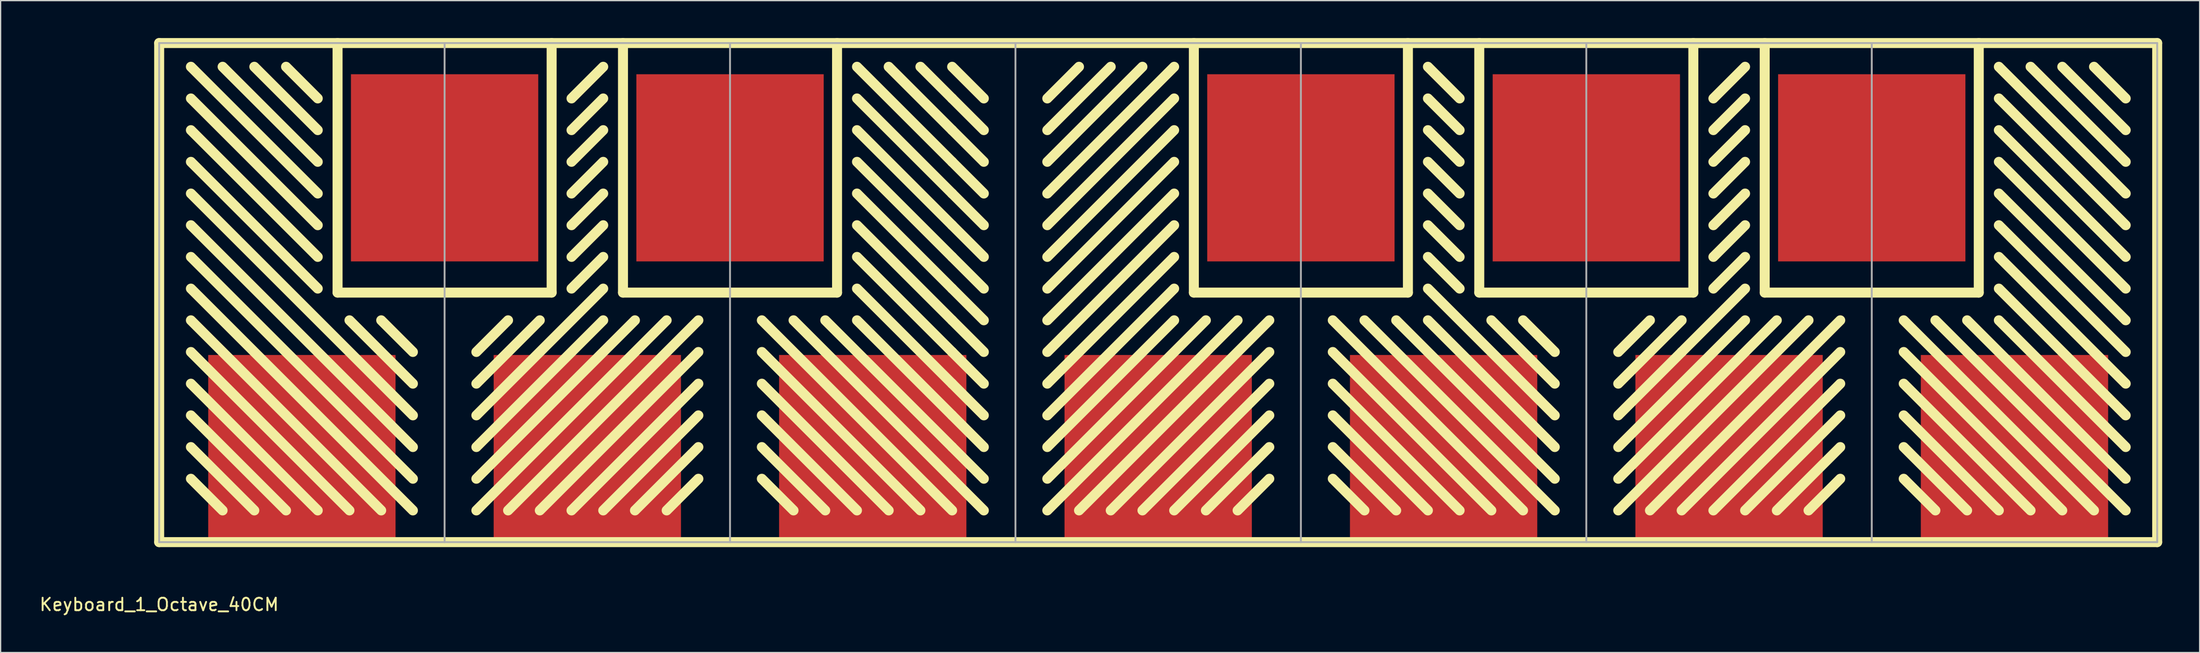
<source format=kicad_pcb>
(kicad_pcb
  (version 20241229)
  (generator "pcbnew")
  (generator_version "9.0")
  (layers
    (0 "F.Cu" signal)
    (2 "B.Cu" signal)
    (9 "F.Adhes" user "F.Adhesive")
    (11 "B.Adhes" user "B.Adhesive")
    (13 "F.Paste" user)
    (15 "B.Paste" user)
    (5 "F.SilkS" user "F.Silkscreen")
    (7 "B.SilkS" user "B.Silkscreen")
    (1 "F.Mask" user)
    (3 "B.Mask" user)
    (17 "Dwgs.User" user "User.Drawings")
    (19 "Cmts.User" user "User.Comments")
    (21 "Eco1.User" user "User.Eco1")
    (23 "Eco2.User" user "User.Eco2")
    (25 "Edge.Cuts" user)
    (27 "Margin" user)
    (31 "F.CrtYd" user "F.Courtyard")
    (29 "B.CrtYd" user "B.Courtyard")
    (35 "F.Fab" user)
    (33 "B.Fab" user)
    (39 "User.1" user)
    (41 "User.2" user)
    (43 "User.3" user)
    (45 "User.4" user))
  (footprint "Keyboard_1_Octave_40CM"
    (layer "F.Cu")
    (at 9.696 40.4)
    (property "Reference" "Keyboard_1_Octave_40CM" (at 0 5 0) (layer "F.SilkS") (effects (font (size 1 1) (thickness 0.15))))
    (attr through_hole)
    (fp_line (start 0 -40) (end 160 -40) (stroke (width 0.8) (type solid)) (layer "F.SilkS"))
    (fp_line (start 0 0) (end 0 -40) (stroke (width 0.8) (type solid)) (layer "F.SilkS"))
    (fp_line (start 2.54 -38.1) (end 12.7 -27.94) (stroke (width 0.8) (type solid)) (layer "F.SilkS"))
    (fp_line (start 2.54 -35.56) (end 12.7 -25.4) (stroke (width 0.8) (type solid)) (layer "F.SilkS"))
    (fp_line (start 2.54 -33.02) (end 12.7 -22.86) (stroke (width 0.8) (type solid)) (layer "F.SilkS"))
    (fp_line (start 2.54 -30.48) (end 12.7 -20.32) (stroke (width 0.8) (type solid)) (layer "F.SilkS"))
    (fp_line (start 2.54 -27.94) (end 20.32 -10.16) (stroke (width 0.8) (type solid)) (layer "F.SilkS"))
    (fp_line (start 2.54 -25.4) (end 20.32 -7.62) (stroke (width 0.8) (type solid)) (layer "F.SilkS"))
    (fp_line (start 2.54 -22.86) (end 20.32 -5.08) (stroke (width 0.8) (type solid)) (layer "F.SilkS"))
    (fp_line (start 2.54 -20.32) (end 20.32 -2.54) (stroke (width 0.8) (type solid)) (layer "F.SilkS"))
    (fp_line (start 2.54 -17.78) (end 17.78 -2.54) (stroke (width 0.8) (type solid)) (layer "F.SilkS"))
    (fp_line (start 2.54 -15.24) (end 15.24 -2.54) (stroke (width 0.8) (type solid)) (layer "F.SilkS"))
    (fp_line (start 2.54 -12.7) (end 12.7 -2.54) (stroke (width 0.8) (type solid)) (layer "F.SilkS"))
    (fp_line (start 2.54 -10.16) (end 10.16 -2.54) (stroke (width 0.8) (type solid)) (layer "F.SilkS"))
    (fp_line (start 2.54 -7.62) (end 7.62 -2.54) (stroke (width 0.8) (type solid)) (layer "F.SilkS"))
    (fp_line (start 2.54 -5.08) (end 5.08 -2.54) (stroke (width 0.8) (type solid)) (layer "F.SilkS"))
    (fp_line (start 5.08 -38.1) (end 12.7 -30.48) (stroke (width 0.8) (type solid)) (layer "F.SilkS"))
    (fp_line (start 7.62 -38.1) (end 12.7 -33.02) (stroke (width 0.8) (type solid)) (layer "F.SilkS"))
    (fp_line (start 10.16 -38.1) (end 12.7 -35.56) (stroke (width 0.8) (type solid)) (layer "F.SilkS"))
    (fp_line (start 14.286 -40) (end 14.286 -20) (stroke (width 0.8) (type solid)) (layer "F.SilkS"))
    (fp_line (start 14.286 -20) (end 31.428 -20) (stroke (width 0.8) (type solid)) (layer "F.SilkS"))
    (fp_line (start 15.24 -17.78) (end 20.32 -12.7) (stroke (width 0.8) (type solid)) (layer "F.SilkS"))
    (fp_line (start 17.78 -17.78) (end 20.32 -15.24) (stroke (width 0.8) (type solid)) (layer "F.SilkS"))
    (fp_line (start 25.4 -15.24) (end 27.94 -17.78) (stroke (width 0.8) (type solid)) (layer "F.SilkS"))
    (fp_line (start 25.4 -12.7) (end 30.48 -17.78) (stroke (width 0.8) (type solid)) (layer "F.SilkS"))
    (fp_line (start 25.4 -10.16) (end 35.56 -20.32) (stroke (width 0.8) (type solid)) (layer "F.SilkS"))
    (fp_line (start 25.4 -7.62) (end 35.56 -17.78) (stroke (width 0.8) (type solid)) (layer "F.SilkS"))
    (fp_line (start 25.4 -5.08) (end 38.1 -17.78) (stroke (width 0.8) (type solid)) (layer "F.SilkS"))
    (fp_line (start 25.4 -2.54) (end 40.64 -17.78) (stroke (width 0.8) (type solid)) (layer "F.SilkS"))
    (fp_line (start 27.94 -2.54) (end 43.18 -17.78) (stroke (width 0.8) (type solid)) (layer "F.SilkS"))
    (fp_line (start 31.428 -20) (end 31.428 -40) (stroke (width 0.8) (type solid)) (layer "F.SilkS"))
    (fp_line (start 33.02 -20.32) (end 35.56 -22.86) (stroke (width 0.8) (type solid)) (layer "F.SilkS"))
    (fp_line (start 35.56 -38.1) (end 33.02 -35.56) (stroke (width 0.8) (type solid)) (layer "F.SilkS"))
    (fp_line (start 35.56 -35.56) (end 33.02 -33.02) (stroke (width 0.8) (type solid)) (layer "F.SilkS"))
    (fp_line (start 35.56 -33.02) (end 33.02 -30.48) (stroke (width 0.8) (type solid)) (layer "F.SilkS"))
    (fp_line (start 35.56 -30.48) (end 33.02 -27.94) (stroke (width 0.8) (type solid)) (layer "F.SilkS"))
    (fp_line (start 35.56 -27.94) (end 33.02 -25.4) (stroke (width 0.8) (type solid)) (layer "F.SilkS"))
    (fp_line (start 35.56 -25.4) (end 33.02 -22.86) (stroke (width 0.8) (type solid)) (layer "F.SilkS"))
    (fp_line (start 37.142 -40) (end 37.142 -20) (stroke (width 0.8) (type solid)) (layer "F.SilkS"))
    (fp_line (start 37.142 -20) (end 54.285 -20) (stroke (width 0.8) (type solid)) (layer "F.SilkS"))
    (fp_line (start 40.64 -2.54) (end 43.18 -5.08) (stroke (width 0.8) (type solid)) (layer "F.SilkS"))
    (fp_line (start 43.18 -15.24) (end 30.48 -2.54) (stroke (width 0.8) (type solid)) (layer "F.SilkS"))
    (fp_line (start 43.18 -12.7) (end 33.02 -2.54) (stroke (width 0.8) (type solid)) (layer "F.SilkS"))
    (fp_line (start 43.18 -10.16) (end 35.56 -2.54) (stroke (width 0.8) (type solid)) (layer "F.SilkS"))
    (fp_line (start 43.18 -7.62) (end 38.1 -2.54) (stroke (width 0.8) (type solid)) (layer "F.SilkS"))
    (fp_line (start 48.26 -17.78) (end 63.5 -2.54) (stroke (width 0.8) (type solid)) (layer "F.SilkS"))
    (fp_line (start 48.26 -15.24) (end 60.96 -2.54) (stroke (width 0.8) (type solid)) (layer "F.SilkS"))
    (fp_line (start 48.26 -12.7) (end 58.42 -2.54) (stroke (width 0.8) (type solid)) (layer "F.SilkS"))
    (fp_line (start 48.26 -10.16) (end 55.88 -2.54) (stroke (width 0.8) (type solid)) (layer "F.SilkS"))
    (fp_line (start 48.26 -7.62) (end 53.34 -2.54) (stroke (width 0.8) (type solid)) (layer "F.SilkS"))
    (fp_line (start 48.26 -5.08) (end 50.8 -2.54) (stroke (width 0.8) (type solid)) (layer "F.SilkS"))
    (fp_line (start 50.8 -17.78) (end 63.5 -5.08) (stroke (width 0.8) (type solid)) (layer "F.SilkS"))
    (fp_line (start 54.285 -20) (end 54.285 -40) (stroke (width 0.8) (type solid)) (layer "F.SilkS"))
    (fp_line (start 63.5 -38.1) (end 66.04 -35.56) (stroke (width 0.8) (type solid)) (layer "F.SilkS"))
    (fp_line (start 63.5 -35.56) (end 60.96 -38.1) (stroke (width 0.8) (type solid)) (layer "F.SilkS"))
    (fp_line (start 63.5 -35.56) (end 66.04 -33.02) (stroke (width 0.8) (type solid)) (layer "F.SilkS"))
    (fp_line (start 63.5 -33.02) (end 58.42 -38.1) (stroke (width 0.8) (type solid)) (layer "F.SilkS"))
    (fp_line (start 63.5 -33.02) (end 66.04 -30.48) (stroke (width 0.8) (type solid)) (layer "F.SilkS"))
    (fp_line (start 63.5 -30.48) (end 55.88 -38.1) (stroke (width 0.8) (type solid)) (layer "F.SilkS"))
    (fp_line (start 63.5 -30.48) (end 66.04 -27.94) (stroke (width 0.8) (type solid)) (layer "F.SilkS"))
    (fp_line (start 63.5 -27.94) (end 55.88 -35.56) (stroke (width 0.8) (type solid)) (layer "F.SilkS"))
    (fp_line (start 63.5 -27.94) (end 66.04 -25.4) (stroke (width 0.8) (type solid)) (layer "F.SilkS"))
    (fp_line (start 63.5 -25.4) (end 55.88 -33.02) (stroke (width 0.8) (type solid)) (layer "F.SilkS"))
    (fp_line (start 63.5 -25.4) (end 66.04 -22.86) (stroke (width 0.8) (type solid)) (layer "F.SilkS"))
    (fp_line (start 63.5 -22.86) (end 55.88 -30.48) (stroke (width 0.8) (type solid)) (layer "F.SilkS"))
    (fp_line (start 63.5 -22.86) (end 66.04 -20.32) (stroke (width 0.8) (type solid)) (layer "F.SilkS"))
    (fp_line (start 63.5 -20.32) (end 55.88 -27.94) (stroke (width 0.8) (type solid)) (layer "F.SilkS"))
    (fp_line (start 63.5 -20.32) (end 66.04 -17.78) (stroke (width 0.8) (type solid)) (layer "F.SilkS"))
    (fp_line (start 63.5 -17.78) (end 55.88 -25.4) (stroke (width 0.8) (type solid)) (layer "F.SilkS"))
    (fp_line (start 63.5 -17.78) (end 66.04 -15.24) (stroke (width 0.8) (type solid)) (layer "F.SilkS"))
    (fp_line (start 63.5 -15.24) (end 55.88 -22.86) (stroke (width 0.8) (type solid)) (layer "F.SilkS"))
    (fp_line (start 63.5 -15.24) (end 66.04 -12.7) (stroke (width 0.8) (type solid)) (layer "F.SilkS"))
    (fp_line (start 63.5 -12.7) (end 55.88 -20.32) (stroke (width 0.8) (type solid)) (layer "F.SilkS"))
    (fp_line (start 63.5 -12.7) (end 66.04 -10.16) (stroke (width 0.8) (type solid)) (layer "F.SilkS"))
    (fp_line (start 63.5 -10.16) (end 55.88 -17.78) (stroke (width 0.8) (type solid)) (layer "F.SilkS"))
    (fp_line (start 63.5 -10.16) (end 66.04 -7.62) (stroke (width 0.8) (type solid)) (layer "F.SilkS"))
    (fp_line (start 63.5 -7.62) (end 53.34 -17.78) (stroke (width 0.8) (type solid)) (layer "F.SilkS"))
    (fp_line (start 63.5 -7.62) (end 66.04 -5.08) (stroke (width 0.8) (type solid)) (layer "F.SilkS"))
    (fp_line (start 63.5 -5.08) (end 66.04 -2.54) (stroke (width 0.8) (type solid)) (layer "F.SilkS"))
    (fp_line (start 73.66 -38.1) (end 71.12 -35.56) (stroke (width 0.8) (type solid)) (layer "F.SilkS"))
    (fp_line (start 76.2 -38.1) (end 71.12 -33.02) (stroke (width 0.8) (type solid)) (layer "F.SilkS"))
    (fp_line (start 78.74 -38.1) (end 71.12 -30.48) (stroke (width 0.8) (type solid)) (layer "F.SilkS"))
    (fp_line (start 81.28 -38.1) (end 71.12 -27.94) (stroke (width 0.8) (type solid)) (layer "F.SilkS"))
    (fp_line (start 81.28 -35.56) (end 71.12 -25.4) (stroke (width 0.8) (type solid)) (layer "F.SilkS"))
    (fp_line (start 81.28 -33.02) (end 71.12 -22.86) (stroke (width 0.8) (type solid)) (layer "F.SilkS"))
    (fp_line (start 81.28 -30.48) (end 71.12 -20.32) (stroke (width 0.8) (type solid)) (layer "F.SilkS"))
    (fp_line (start 81.28 -27.94) (end 71.12 -17.78) (stroke (width 0.8) (type solid)) (layer "F.SilkS"))
    (fp_line (start 81.28 -25.4) (end 71.12 -15.24) (stroke (width 0.8) (type solid)) (layer "F.SilkS"))
    (fp_line (start 81.28 -22.86) (end 71.12 -12.7) (stroke (width 0.8) (type solid)) (layer "F.SilkS"))
    (fp_line (start 81.28 -20.32) (end 71.12 -10.16) (stroke (width 0.8) (type solid)) (layer "F.SilkS"))
    (fp_line (start 81.28 -17.78) (end 71.12 -7.62) (stroke (width 0.8) (type solid)) (layer "F.SilkS"))
    (fp_line (start 82.856 -40) (end 82.856 -20) (stroke (width 0.8) (type solid)) (layer "F.SilkS"))
    (fp_line (start 82.856 -20) (end 99.999 -20) (stroke (width 0.8) (type solid)) (layer "F.SilkS"))
    (fp_line (start 83.82 -17.78) (end 71.12 -5.08) (stroke (width 0.8) (type solid)) (layer "F.SilkS"))
    (fp_line (start 86.36 -17.78) (end 71.12 -2.54) (stroke (width 0.8) (type solid)) (layer "F.SilkS"))
    (fp_line (start 88.9 -17.78) (end 73.66 -2.54) (stroke (width 0.8) (type solid)) (layer "F.SilkS"))
    (fp_line (start 88.9 -15.24) (end 76.2 -2.54) (stroke (width 0.8) (type solid)) (layer "F.SilkS"))
    (fp_line (start 88.9 -12.7) (end 78.74 -2.54) (stroke (width 0.8) (type solid)) (layer "F.SilkS"))
    (fp_line (start 88.9 -10.16) (end 81.28 -2.54) (stroke (width 0.8) (type solid)) (layer "F.SilkS"))
    (fp_line (start 88.9 -7.62) (end 83.82 -2.54) (stroke (width 0.8) (type solid)) (layer "F.SilkS"))
    (fp_line (start 88.9 -5.08) (end 86.36 -2.54) (stroke (width 0.8) (type solid)) (layer "F.SilkS"))
    (fp_line (start 93.98 -17.78) (end 109.22 -2.54) (stroke (width 0.8) (type solid)) (layer "F.SilkS"))
    (fp_line (start 93.98 -15.24) (end 106.68 -2.54) (stroke (width 0.8) (type solid)) (layer "F.SilkS"))
    (fp_line (start 93.98 -12.7) (end 104.14 -2.54) (stroke (width 0.8) (type solid)) (layer "F.SilkS"))
    (fp_line (start 93.98 -10.16) (end 101.6 -2.54) (stroke (width 0.8) (type solid)) (layer "F.SilkS"))
    (fp_line (start 93.98 -7.62) (end 99.06 -2.54) (stroke (width 0.8) (type solid)) (layer "F.SilkS"))
    (fp_line (start 93.98 -5.08) (end 96.52 -2.54) (stroke (width 0.8) (type solid)) (layer "F.SilkS"))
    (fp_line (start 96.52 -17.78) (end 111.76 -2.54) (stroke (width 0.8) (type solid)) (layer "F.SilkS"))
    (fp_line (start 99.06 -17.78) (end 111.76 -5.08) (stroke (width 0.8) (type solid)) (layer "F.SilkS"))
    (fp_line (start 99.999 -20) (end 99.999 -40) (stroke (width 0.8) (type solid)) (layer "F.SilkS"))
    (fp_line (start 101.6 -38.1) (end 104.14 -35.56) (stroke (width 0.8) (type solid)) (layer "F.SilkS"))
    (fp_line (start 101.6 -35.56) (end 104.14 -33.02) (stroke (width 0.8) (type solid)) (layer "F.SilkS"))
    (fp_line (start 101.6 -33.02) (end 104.14 -30.48) (stroke (width 0.8) (type solid)) (layer "F.SilkS"))
    (fp_line (start 101.6 -30.48) (end 104.14 -27.94) (stroke (width 0.8) (type solid)) (layer "F.SilkS"))
    (fp_line (start 101.6 -27.94) (end 104.14 -25.4) (stroke (width 0.8) (type solid)) (layer "F.SilkS"))
    (fp_line (start 101.6 -25.4) (end 104.14 -22.86) (stroke (width 0.8) (type solid)) (layer "F.SilkS"))
    (fp_line (start 101.6 -22.86) (end 104.14 -20.32) (stroke (width 0.8) (type solid)) (layer "F.SilkS"))
    (fp_line (start 101.6 -20.32) (end 111.76 -10.16) (stroke (width 0.8) (type solid)) (layer "F.SilkS"))
    (fp_line (start 101.6 -17.78) (end 111.76 -7.62) (stroke (width 0.8) (type solid)) (layer "F.SilkS"))
    (fp_line (start 105.713 -40) (end 105.713 -20) (stroke (width 0.8) (type solid)) (layer "F.SilkS"))
    (fp_line (start 105.713 -20) (end 122.855 -20) (stroke (width 0.8) (type solid)) (layer "F.SilkS"))
    (fp_line (start 106.68 -17.78) (end 111.76 -12.7) (stroke (width 0.8) (type solid)) (layer "F.SilkS"))
    (fp_line (start 111.76 -15.24) (end 109.22 -17.78) (stroke (width 0.8) (type solid)) (layer "F.SilkS"))
    (fp_line (start 116.84 -15.24) (end 119.38 -17.78) (stroke (width 0.8) (type solid)) (layer "F.SilkS"))
    (fp_line (start 121.92 -17.78) (end 116.84 -12.7) (stroke (width 0.8) (type solid)) (layer "F.SilkS"))
    (fp_line (start 121.92 -15.24) (end 116.84 -10.16) (stroke (width 0.8) (type solid)) (layer "F.SilkS"))
    (fp_line (start 122.855 -20) (end 122.855 -40) (stroke (width 0.8) (type solid)) (layer "F.SilkS"))
    (fp_line (start 127 -38.1) (end 124.46 -35.56) (stroke (width 0.8) (type solid)) (layer "F.SilkS"))
    (fp_line (start 127 -35.56) (end 124.46 -33.02) (stroke (width 0.8) (type solid)) (layer "F.SilkS"))
    (fp_line (start 127 -33.02) (end 124.46 -30.48) (stroke (width 0.8) (type solid)) (layer "F.SilkS"))
    (fp_line (start 127 -30.48) (end 124.46 -27.94) (stroke (width 0.8) (type solid)) (layer "F.SilkS"))
    (fp_line (start 127 -27.94) (end 124.46 -25.4) (stroke (width 0.8) (type solid)) (layer "F.SilkS"))
    (fp_line (start 127 -25.4) (end 124.46 -22.86) (stroke (width 0.8) (type solid)) (layer "F.SilkS"))
    (fp_line (start 127 -22.86) (end 124.46 -20.32) (stroke (width 0.8) (type solid)) (layer "F.SilkS"))
    (fp_line (start 127 -20.32) (end 121.92 -15.24) (stroke (width 0.8) (type solid)) (layer "F.SilkS"))
    (fp_line (start 127 -17.78) (end 116.84 -7.62) (stroke (width 0.8) (type solid)) (layer "F.SilkS"))
    (fp_line (start 128.57 -40) (end 128.57 -20) (stroke (width 0.8) (type solid)) (layer "F.SilkS"))
    (fp_line (start 128.57 -20) (end 145.712 -20) (stroke (width 0.8) (type solid)) (layer "F.SilkS"))
    (fp_line (start 129.54 -17.78) (end 116.84 -5.08) (stroke (width 0.8) (type solid)) (layer "F.SilkS"))
    (fp_line (start 132.08 -17.78) (end 116.84 -2.54) (stroke (width 0.8) (type solid)) (layer "F.SilkS"))
    (fp_line (start 132.08 -2.54) (end 134.62 -5.08) (stroke (width 0.8) (type solid)) (layer "F.SilkS"))
    (fp_line (start 134.62 -17.78) (end 119.38 -2.54) (stroke (width 0.8) (type solid)) (layer "F.SilkS"))
    (fp_line (start 134.62 -15.24) (end 121.92 -2.54) (stroke (width 0.8) (type solid)) (layer "F.SilkS"))
    (fp_line (start 134.62 -12.7) (end 124.46 -2.54) (stroke (width 0.8) (type solid)) (layer "F.SilkS"))
    (fp_line (start 134.62 -10.16) (end 127 -2.54) (stroke (width 0.8) (type solid)) (layer "F.SilkS"))
    (fp_line (start 134.62 -7.62) (end 129.54 -2.54) (stroke (width 0.8) (type solid)) (layer "F.SilkS"))
    (fp_line (start 139.7 -17.78) (end 154.94 -2.54) (stroke (width 0.8) (type solid)) (layer "F.SilkS"))
    (fp_line (start 139.7 -15.24) (end 152.4 -2.54) (stroke (width 0.8) (type solid)) (layer "F.SilkS"))
    (fp_line (start 139.7 -12.7) (end 149.86 -2.54) (stroke (width 0.8) (type solid)) (layer "F.SilkS"))
    (fp_line (start 139.7 -10.16) (end 147.32 -2.54) (stroke (width 0.8) (type solid)) (layer "F.SilkS"))
    (fp_line (start 139.7 -7.62) (end 144.78 -2.54) (stroke (width 0.8) (type solid)) (layer "F.SilkS"))
    (fp_line (start 139.7 -5.08) (end 142.24 -2.54) (stroke (width 0.8) (type solid)) (layer "F.SilkS"))
    (fp_line (start 142.24 -17.78) (end 157.48 -2.54) (stroke (width 0.8) (type solid)) (layer "F.SilkS"))
    (fp_line (start 144.78 -17.78) (end 157.48 -5.08) (stroke (width 0.8) (type solid)) (layer "F.SilkS"))
    (fp_line (start 145.712 -20) (end 145.712 -40) (stroke (width 0.8) (type solid)) (layer "F.SilkS"))
    (fp_line (start 147.32 -38.1) (end 157.48 -27.94) (stroke (width 0.8) (type solid)) (layer "F.SilkS"))
    (fp_line (start 147.32 -35.56) (end 157.48 -25.4) (stroke (width 0.8) (type solid)) (layer "F.SilkS"))
    (fp_line (start 147.32 -33.02) (end 157.48 -22.86) (stroke (width 0.8) (type solid)) (layer "F.SilkS"))
    (fp_line (start 147.32 -30.48) (end 157.48 -20.32) (stroke (width 0.8) (type solid)) (layer "F.SilkS"))
    (fp_line (start 147.32 -27.94) (end 157.48 -17.78) (stroke (width 0.8) (type solid)) (layer "F.SilkS"))
    (fp_line (start 147.32 -25.4) (end 157.48 -15.24) (stroke (width 0.8) (type solid)) (layer "F.SilkS"))
    (fp_line (start 147.32 -22.86) (end 157.48 -12.7) (stroke (width 0.8) (type solid)) (layer "F.SilkS"))
    (fp_line (start 147.32 -20.32) (end 157.48 -10.16) (stroke (width 0.8) (type solid)) (layer "F.SilkS"))
    (fp_line (start 147.32 -17.78) (end 157.48 -7.62) (stroke (width 0.8) (type solid)) (layer "F.SilkS"))
    (fp_line (start 149.86 -38.1) (end 157.48 -30.48) (stroke (width 0.8) (type solid)) (layer "F.SilkS"))
    (fp_line (start 152.4 -38.1) (end 157.48 -33.02) (stroke (width 0.8) (type solid)) (layer "F.SilkS"))
    (fp_line (start 154.94 -38.1) (end 157.48 -35.56) (stroke (width 0.8) (type solid)) (layer "F.SilkS"))
    (fp_line (start 160 -40) (end 160 0) (stroke (width 0.8) (type solid)) (layer "F.SilkS"))
    (fp_line (start 160 0) (end 0 0) (stroke (width 0.8) (type solid)) (layer "F.SilkS"))
    (fp_line (start 0 -40) (end 160 -40) (stroke (width 0.15) (type solid)) (layer "F.Fab"))
    (fp_line (start 0 0) (end 0 -40) (stroke (width 0.15) (type solid)) (layer "F.Fab"))
    (fp_line (start 22.857 0) (end 22.857 -40) (stroke (width 0.15) (type solid)) (layer "F.Fab"))
    (fp_line (start 45.714 0) (end 45.714 -40) (stroke (width 0.15) (type solid)) (layer "F.Fab"))
    (fp_line (start 68.571 0) (end 68.571 -40) (stroke (width 0.15) (type solid)) (layer "F.Fab"))
    (fp_line (start 91.428 0) (end 91.428 -40) (stroke (width 0.15) (type solid)) (layer "F.Fab"))
    (fp_line (start 114.285 0) (end 114.285 -40) (stroke (width 0.15) (type solid)) (layer "F.Fab"))
    (fp_line (start 137.143 0) (end 137.143 -40) (stroke (width 0.15) (type solid)) (layer "F.Fab"))
    (fp_line (start 160 -40) (end 160 0) (stroke (width 0.15) (type solid)) (layer "F.Fab"))
    (fp_line (start 160 0) (end 0 0) (stroke (width 0.15) (type solid)) (layer "F.Fab"))
    (pad "1" smd rect (at 11.429 -7.5) (size 15 15) (layers "F.Cu" "F.Mask" "F.Paste"))
    (pad "2" smd rect (at 22.857 -30) (size 15 15) (layers "F.Cu" "F.Mask" "F.Paste"))
    (pad "3" smd rect (at 34.286 -7.5) (size 15 15) (layers "F.Cu" "F.Mask" "F.Paste"))
    (pad "4" smd rect (at 45.714 -30) (size 15 15) (layers "F.Cu" "F.Mask" "F.Paste"))
    (pad "5" smd rect (at 57.143 -7.5) (size 15 15) (layers "F.Cu" "F.Mask" "F.Paste"))
    (pad "6" smd rect (at 80 -7.5) (size 15 15) (layers "F.Cu" "F.Mask" "F.Paste"))
    (pad "7" smd rect (at 91.429 -30) (size 15 15) (layers "F.Cu" "F.Mask" "F.Paste"))
    (pad "8" smd rect (at 102.857 -7.5) (size 15 15) (layers "F.Cu" "F.Mask" "F.Paste"))
    (pad "9" smd rect (at 114.286 -30) (size 15 15) (layers "F.Cu" "F.Mask" "F.Paste"))
    (pad "10" smd rect (at 125.715 -7.5) (size 15 15) (layers "F.Cu" "F.Mask" "F.Paste"))
    (pad "11" smd rect (at 137.143 -30) (size 15 15) (layers "F.Cu" "F.Mask" "F.Paste"))
    (pad "12" smd rect (at 148.572 -7.5) (size 15 15) (layers "F.Cu" "F.Mask" "F.Paste")))
  (gr_rect
    (start -3 -3)
    (end 173.097 49.248)
    (stroke (width 0.1) (type default))
    (fill no)
    (layer "Edge.Cuts")))
</source>
